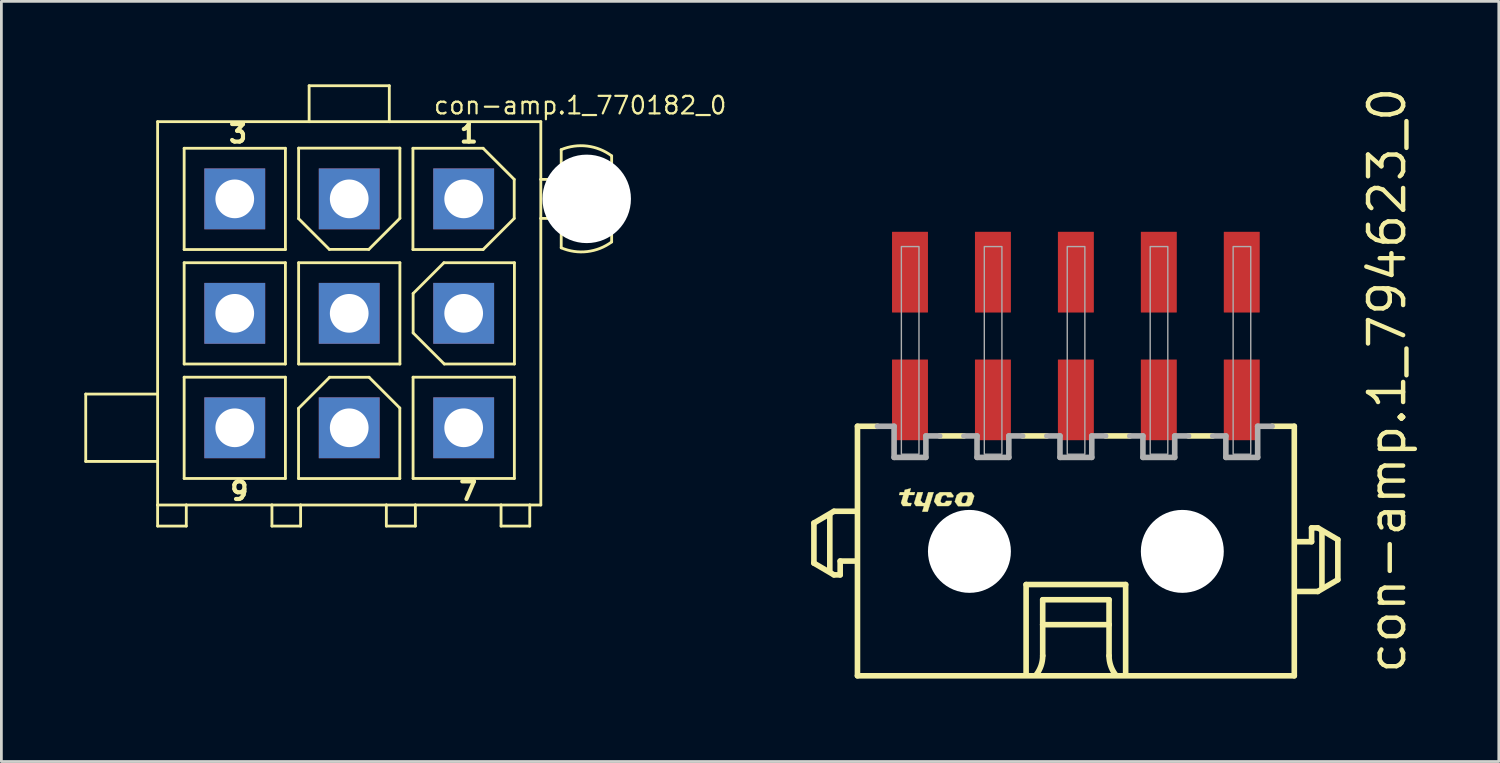
<source format=kicad_pcb>
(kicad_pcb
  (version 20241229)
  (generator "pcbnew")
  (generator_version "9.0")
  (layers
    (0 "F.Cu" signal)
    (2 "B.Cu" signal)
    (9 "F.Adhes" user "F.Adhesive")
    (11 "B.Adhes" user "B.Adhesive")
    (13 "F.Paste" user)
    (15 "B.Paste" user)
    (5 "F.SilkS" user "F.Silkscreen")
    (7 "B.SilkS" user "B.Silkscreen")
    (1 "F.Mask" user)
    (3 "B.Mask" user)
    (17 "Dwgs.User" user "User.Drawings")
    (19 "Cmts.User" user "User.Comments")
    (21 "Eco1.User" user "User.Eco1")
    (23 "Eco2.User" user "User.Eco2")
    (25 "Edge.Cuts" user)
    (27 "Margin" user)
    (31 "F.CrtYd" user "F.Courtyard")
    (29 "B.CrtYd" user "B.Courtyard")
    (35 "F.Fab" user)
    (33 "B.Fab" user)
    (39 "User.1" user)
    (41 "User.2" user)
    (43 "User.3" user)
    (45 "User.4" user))
  (footprint "con-amp.1_770182_0"
    (layer "F.Cu")
    (at 9.581 8.283)
    (property "Reference" "con-amp.1_770182_0" (at 3.01 -7.15 0) (layer "F.SilkS") (effects (font (size 0.635 0.635) (thickness 0.08)) (justify left bottom)))
    (attr through_hole)
    (fp_line (start -9.53 2.92) (end -9.53 5.357) (stroke (width 0.102) (type default)) (layer "F.SilkS"))
    (fp_line (start -9.53 5.357) (end -6.93 5.357) (stroke (width 0.102) (type default)) (layer "F.SilkS"))
    (fp_line (start -6.93 -6.933) (end -1.45 -6.933) (stroke (width 0.102) (type default)) (layer "F.SilkS"))
    (fp_line (start -6.93 2.92) (end -9.53 2.92) (stroke (width 0.102) (type default)) (layer "F.SilkS"))
    (fp_line (start -6.93 2.92) (end -6.93 -6.933) (stroke (width 0.102) (type default)) (layer "F.SilkS"))
    (fp_line (start -6.93 5.357) (end -6.93 2.92) (stroke (width 0.102) (type default)) (layer "F.SilkS"))
    (fp_line (start -6.93 6.933) (end -6.93 5.357) (stroke (width 0.102) (type default)) (layer "F.SilkS"))
    (fp_line (start -6.93 6.933) (end -6.93 7.695) (stroke (width 0.102) (type default)) (layer "F.SilkS"))
    (fp_line (start -6.93 7.695) (end -5.893 7.695) (stroke (width 0.102) (type default)) (layer "F.SilkS"))
    (fp_line (start -5.97 -5.97) (end -2.308 -5.97) (stroke (width 0.102) (type default)) (layer "F.SilkS"))
    (fp_line (start -5.97 -2.308) (end -5.97 -5.97) (stroke (width 0.102) (type default)) (layer "F.SilkS"))
    (fp_line (start -5.97 -1.83) (end -2.308 -1.83) (stroke (width 0.102) (type default)) (layer "F.SilkS"))
    (fp_line (start -5.97 1.833) (end -5.97 -1.83) (stroke (width 0.102) (type default)) (layer "F.SilkS"))
    (fp_line (start -5.97 2.31) (end -2.308 2.31) (stroke (width 0.102) (type default)) (layer "F.SilkS"))
    (fp_line (start -5.97 5.973) (end -5.97 2.31) (stroke (width 0.102) (type default)) (layer "F.SilkS"))
    (fp_line (start -5.893 6.933) (end -6.93 6.933) (stroke (width 0.102) (type default)) (layer "F.SilkS"))
    (fp_line (start -5.893 7.695) (end -5.893 6.933) (stroke (width 0.102) (type default)) (layer "F.SilkS"))
    (fp_line (start -2.795 6.933) (end -5.893 6.933) (stroke (width 0.102) (type default)) (layer "F.SilkS"))
    (fp_line (start -2.795 6.933) (end -2.795 7.695) (stroke (width 0.102) (type default)) (layer "F.SilkS"))
    (fp_line (start -2.795 7.695) (end -1.758 7.695) (stroke (width 0.102) (type default)) (layer "F.SilkS"))
    (fp_line (start -2.308 -5.97) (end -2.308 -2.308) (stroke (width 0.102) (type default)) (layer "F.SilkS"))
    (fp_line (start -2.308 -2.308) (end -5.97 -2.308) (stroke (width 0.102) (type default)) (layer "F.SilkS"))
    (fp_line (start -2.308 -1.83) (end -2.308 1.833) (stroke (width 0.102) (type default)) (layer "F.SilkS"))
    (fp_line (start -2.308 1.833) (end -5.97 1.833) (stroke (width 0.102) (type default)) (layer "F.SilkS"))
    (fp_line (start -2.308 2.31) (end -2.308 5.973) (stroke (width 0.102) (type default)) (layer "F.SilkS"))
    (fp_line (start -2.308 5.973) (end -5.97 5.973) (stroke (width 0.102) (type default)) (layer "F.SilkS"))
    (fp_line (start -1.833 3.438) (end -0.708 2.312) (stroke (width 0.102) (type default)) (layer "F.SilkS"))
    (fp_line (start -1.833 5.975) (end -1.833 3.438) (stroke (width 0.102) (type default)) (layer "F.SilkS"))
    (fp_line (start -1.83 -5.975) (end 1.833 -5.975) (stroke (width 0.102) (type default)) (layer "F.SilkS"))
    (fp_line (start -1.83 -3.425) (end -1.83 -5.975) (stroke (width 0.102) (type default)) (layer "F.SilkS"))
    (fp_line (start -1.83 -1.83) (end 1.833 -1.83) (stroke (width 0.102) (type default)) (layer "F.SilkS"))
    (fp_line (start -1.83 1.833) (end -1.83 -1.83) (stroke (width 0.102) (type default)) (layer "F.SilkS"))
    (fp_line (start -1.758 6.933) (end -2.795 6.933) (stroke (width 0.102) (type default)) (layer "F.SilkS"))
    (fp_line (start -1.758 7.695) (end -1.758 6.933) (stroke (width 0.102) (type default)) (layer "F.SilkS"))
    (fp_line (start -1.45 -8.232) (end 1.45 -8.232) (stroke (width 0.102) (type default)) (layer "F.SilkS"))
    (fp_line (start -1.45 -6.933) (end -1.45 -8.232) (stroke (width 0.102) (type default)) (layer "F.SilkS"))
    (fp_line (start -1.45 -6.933) (end 1.45 -6.933) (stroke (width 0.102) (type default)) (layer "F.SilkS"))
    (fp_line (start -0.718 -2.312) (end -1.83 -3.425) (stroke (width 0.102) (type default)) (layer "F.SilkS"))
    (fp_line (start -0.708 2.312) (end 0.718 2.312) (stroke (width 0.102) (type default)) (layer "F.SilkS"))
    (fp_line (start 0.708 -2.312) (end -0.718 -2.312) (stroke (width 0.102) (type default)) (layer "F.SilkS"))
    (fp_line (start 0.718 2.312) (end 1.83 3.425) (stroke (width 0.102) (type default)) (layer "F.SilkS"))
    (fp_line (start 1.343 6.933) (end -1.758 6.933) (stroke (width 0.102) (type default)) (layer "F.SilkS"))
    (fp_line (start 1.343 6.933) (end 1.343 7.695) (stroke (width 0.102) (type default)) (layer "F.SilkS"))
    (fp_line (start 1.343 7.695) (end 2.393 7.695) (stroke (width 0.102) (type default)) (layer "F.SilkS"))
    (fp_line (start 1.45 -8.232) (end 1.45 -6.933) (stroke (width 0.102) (type default)) (layer "F.SilkS"))
    (fp_line (start 1.45 -6.933) (end 6.93 -6.933) (stroke (width 0.102) (type default)) (layer "F.SilkS"))
    (fp_line (start 1.83 3.425) (end 1.83 5.975) (stroke (width 0.102) (type default)) (layer "F.SilkS"))
    (fp_line (start 1.83 5.975) (end -1.833 5.975) (stroke (width 0.102) (type default)) (layer "F.SilkS"))
    (fp_line (start 1.833 -5.975) (end 1.833 -3.438) (stroke (width 0.102) (type default)) (layer "F.SilkS"))
    (fp_line (start 1.833 -3.438) (end 0.708 -2.312) (stroke (width 0.102) (type default)) (layer "F.SilkS"))
    (fp_line (start 1.833 -1.83) (end 1.833 1.833) (stroke (width 0.102) (type default)) (layer "F.SilkS"))
    (fp_line (start 1.833 1.833) (end -1.83 1.833) (stroke (width 0.102) (type default)) (layer "F.SilkS"))
    (fp_line (start 2.305 -5.97) (end 2.305 -2.308) (stroke (width 0.102) (type default)) (layer "F.SilkS"))
    (fp_line (start 2.305 -2.308) (end 4.843 -2.308) (stroke (width 0.102) (type default)) (layer "F.SilkS"))
    (fp_line (start 2.31 2.31) (end 5.973 2.31) (stroke (width 0.102) (type default)) (layer "F.SilkS"))
    (fp_line (start 2.31 5.973) (end 2.31 2.31) (stroke (width 0.102) (type default)) (layer "F.SilkS"))
    (fp_line (start 2.312 -0.718) (end 3.425 -1.83) (stroke (width 0.102) (type default)) (layer "F.SilkS"))
    (fp_line (start 2.312 0.708) (end 2.312 -0.718) (stroke (width 0.102) (type default)) (layer "F.SilkS"))
    (fp_line (start 2.393 6.933) (end 1.343 6.933) (stroke (width 0.102) (type default)) (layer "F.SilkS"))
    (fp_line (start 2.393 7.695) (end 2.393 6.933) (stroke (width 0.102) (type default)) (layer "F.SilkS"))
    (fp_line (start 3.425 -1.83) (end 5.975 -1.83) (stroke (width 0.102) (type default)) (layer "F.SilkS"))
    (fp_line (start 3.438 1.833) (end 2.312 0.708) (stroke (width 0.102) (type default)) (layer "F.SilkS"))
    (fp_line (start 4.843 -5.97) (end 2.305 -5.97) (stroke (width 0.102) (type default)) (layer "F.SilkS"))
    (fp_line (start 4.843 -2.308) (end 5.968 -3.433) (stroke (width 0.102) (type default)) (layer "F.SilkS"))
    (fp_line (start 5.492 6.933) (end 2.393 6.933) (stroke (width 0.102) (type default)) (layer "F.SilkS"))
    (fp_line (start 5.492 6.933) (end 5.492 7.695) (stroke (width 0.102) (type default)) (layer "F.SilkS"))
    (fp_line (start 5.492 7.695) (end 6.53 7.695) (stroke (width 0.102) (type default)) (layer "F.SilkS"))
    (fp_line (start 5.968 -4.845) (end 4.843 -5.97) (stroke (width 0.102) (type default)) (layer "F.SilkS"))
    (fp_line (start 5.968 -3.433) (end 5.968 -4.845) (stroke (width 0.102) (type default)) (layer "F.SilkS"))
    (fp_line (start 5.973 2.31) (end 5.973 5.973) (stroke (width 0.102) (type default)) (layer "F.SilkS"))
    (fp_line (start 5.973 5.973) (end 2.31 5.973) (stroke (width 0.102) (type default)) (layer "F.SilkS"))
    (fp_line (start 5.975 -1.83) (end 5.975 1.833) (stroke (width 0.102) (type default)) (layer "F.SilkS"))
    (fp_line (start 5.975 1.833) (end 3.438 1.833) (stroke (width 0.102) (type default)) (layer "F.SilkS"))
    (fp_line (start 6.53 6.933) (end 5.492 6.933) (stroke (width 0.102) (type default)) (layer "F.SilkS"))
    (fp_line (start 6.53 7.695) (end 6.53 6.933) (stroke (width 0.102) (type default)) (layer "F.SilkS"))
    (fp_line (start 6.93 -6.933) (end 6.93 -4.845) (stroke (width 0.102) (type default)) (layer "F.SilkS"))
    (fp_line (start 6.93 -4.845) (end 6.93 -3.433) (stroke (width 0.102) (type default)) (layer "F.SilkS"))
    (fp_line (start 6.93 -4.845) (end 7.668 -4.845) (stroke (width 0.102) (type default)) (layer "F.SilkS"))
    (fp_line (start 6.93 -3.433) (end 6.93 6.933) (stroke (width 0.102) (type default)) (layer "F.SilkS"))
    (fp_line (start 6.93 6.933) (end 6.53 6.933) (stroke (width 0.102) (type default)) (layer "F.SilkS"))
    (fp_line (start 7.668 -4.845) (end 7.668 -4.832) (stroke (width 0.102) (type default)) (layer "F.SilkS"))
    (fp_line (start 7.668 -4.832) (end 7.668 -5.92) (stroke (width 0.102) (type default)) (layer "F.SilkS"))
    (fp_line (start 7.668 -4.832) (end 7.668 -3.445) (stroke (width 0.102) (type default)) (layer "F.SilkS"))
    (fp_line (start 7.668 -3.445) (end 7.668 -3.433) (stroke (width 0.102) (type default)) (layer "F.SilkS"))
    (fp_line (start 7.668 -3.433) (end 6.93 -3.433) (stroke (width 0.102) (type default)) (layer "F.SilkS"))
    (fp_line (start 7.668 -2.37) (end 7.668 -3.445) (stroke (width 0.102) (type default)) (layer "F.SilkS"))
    (fp_line (start 9.492 -5.695) (end 9.492 -2.583) (stroke (width 0.102) (type default)) (layer "F.SilkS"))
    (fp_arc (start 7.6675 -5.92) (mid 8.609769 -6.048958) (end 9.4925 -5.695) (stroke (width 0.1016) (type default)) (layer "F.SilkS"))
    (fp_arc (start 9.4925 -2.5825) (mid 8.608301 -2.233192) (end 7.6675 -2.37) (stroke (width 0.1016) (type default)) (layer "F.SilkS"))
    (fp_text user "3" (at -4.425 -6.125 0) (layer "F.SilkS") (effects (font (size 0.635 0.635) (thickness 0.15)) (justify left bottom)))
    (fp_text user "9" (at -4.375 6.8 0) (layer "F.SilkS") (effects (font (size 0.635 0.635) (thickness 0.15)) (justify left bottom)))
    (fp_text user "7" (at 3.9 6.8 0) (layer "F.SilkS") (effects (font (size 0.635 0.635) (thickness 0.15)) (justify left bottom)))
    (fp_text user "1" (at 3.925 -6.125 0) (layer "F.SilkS") (effects (font (size 0.635 0.635) (thickness 0.15)) (justify left bottom)))
    (pad "" np_thru_hole circle (at 8.59 -4.14) (size 3.2 3.2) (drill 3.2) (layers "*.Cu" "*.Mask"))
    (pad "1" thru_hole rect (at 4.14 -4.14) (size 2.2 2.2) (drill 1.4) (layers "*.Cu" "*.Mask"))
    (pad "2" thru_hole rect (at 0 -4.14) (size 2.2 2.2) (drill 1.4) (layers "*.Cu" "*.Mask"))
    (pad "3" thru_hole rect (at -4.14 -4.14) (size 2.2 2.2) (drill 1.4) (layers "*.Cu" "*.Mask"))
    (pad "4" thru_hole rect (at 4.14 0) (size 2.2 2.2) (drill 1.4) (layers "*.Cu" "*.Mask"))
    (pad "5" thru_hole rect (at 0 0) (size 2.2 2.2) (drill 1.4) (layers "*.Cu" "*.Mask"))
    (pad "6" thru_hole rect (at -4.14 0) (size 2.2 2.2) (drill 1.4) (layers "*.Cu" "*.Mask"))
    (pad "7" thru_hole rect (at 4.14 4.14) (size 2.2 2.2) (drill 1.4) (layers "*.Cu" "*.Mask"))
    (pad "8" thru_hole rect (at 0 4.14 270) (size 2.2 2.2) (drill 1.4) (layers "*.Cu" "*.Mask"))
    (pad "9" thru_hole rect (at -4.14 4.14) (size 2.2 2.2) (drill 1.4) (layers "*.Cu" "*.Mask")))
  (footprint "con-amp.1_794623_0"
    (layer "F.Cu")
    (at 35.864 16.893)
    (property "Reference" "con-amp.1_794623_0" (at 12 4.5 90) (layer "F.SilkS") (effects (font (size 1.27 1.27) (thickness 0.16)) (justify left bottom)))
    (attr smd)
    (fp_line (start -9.475 -1.025) (end -9.475 0.425) (stroke (width 0.203) (type default)) (layer "F.SilkS"))
    (fp_line (start -9.475 0.425) (end -8.75 0.85) (stroke (width 0.203) (type default)) (layer "F.SilkS"))
    (fp_line (start -8.9 0.7) (end -8.9 -1.3) (stroke (width 0.203) (type default)) (layer "F.SilkS"))
    (fp_line (start -8.75 -1.45) (end -9.475 -1.025) (stroke (width 0.203) (type default)) (layer "F.SilkS"))
    (fp_line (start -8.75 0.85) (end -8.525 0.85) (stroke (width 0.203) (type default)) (layer "F.SilkS"))
    (fp_line (start -8.525 0.35) (end -8 0.35) (stroke (width 0.203) (type default)) (layer "F.SilkS"))
    (fp_line (start -8.525 0.85) (end -8.525 0.35) (stroke (width 0.203) (type default)) (layer "F.SilkS"))
    (fp_line (start -8 -1.45) (end -8.75 -1.45) (stroke (width 0.203) (type default)) (layer "F.SilkS"))
    (fp_line (start -7.9 -4.525) (end -7.9 4.5) (stroke (width 0.203) (type default)) (layer "F.SilkS"))
    (fp_line (start -7.9 -4.525) (end -7.175 -4.525) (stroke (width 0.203) (type default)) (layer "F.SilkS"))
    (fp_line (start -7.9 4.5) (end 7.9 4.5) (stroke (width 0.203) (type default)) (layer "F.SilkS"))
    (fp_line (start -4.05 -4.175) (end -4.925 -4.175) (stroke (width 0.203) (type default)) (layer "F.SilkS"))
    (fp_line (start -1.8 1.2) (end 1.8 1.2) (stroke (width 0.203) (type default)) (layer "F.SilkS"))
    (fp_line (start -1.8 4.4) (end -1.8 1.2) (stroke (width 0.203) (type default)) (layer "F.SilkS"))
    (fp_line (start -1.2 1.75) (end -1.2 2.65) (stroke (width 0.203) (type default)) (layer "F.SilkS"))
    (fp_line (start -1.2 2.65) (end -1.2 3.775) (stroke (width 0.203) (type default)) (layer "F.SilkS"))
    (fp_line (start -1.2 2.65) (end 1.2 2.65) (stroke (width 0.203) (type default)) (layer "F.SilkS"))
    (fp_line (start -1.05 -4.175) (end -1.925 -4.175) (stroke (width 0.203) (type default)) (layer "F.SilkS"))
    (fp_line (start 1.2 1.75) (end -1.2 1.75) (stroke (width 0.203) (type default)) (layer "F.SilkS"))
    (fp_line (start 1.2 2.65) (end 1.2 1.75) (stroke (width 0.203) (type default)) (layer "F.SilkS"))
    (fp_line (start 1.2 2.65) (end 1.2 3.775) (stroke (width 0.203) (type default)) (layer "F.SilkS"))
    (fp_line (start 1.8 1.2) (end 1.8 4.4) (stroke (width 0.203) (type default)) (layer "F.SilkS"))
    (fp_line (start 1.95 -4.175) (end 1.075 -4.175) (stroke (width 0.203) (type default)) (layer "F.SilkS"))
    (fp_line (start 4.95 -4.175) (end 4.075 -4.175) (stroke (width 0.203) (type default)) (layer "F.SilkS"))
    (fp_line (start 7.9 -4.525) (end 7.1 -4.525) (stroke (width 0.203) (type default)) (layer "F.SilkS"))
    (fp_line (start 7.9 4.5) (end 7.9 -4.525) (stroke (width 0.203) (type default)) (layer "F.SilkS"))
    (fp_line (start 8 1.45) (end 8.75 1.45) (stroke (width 0.203) (type default)) (layer "F.SilkS"))
    (fp_line (start 8.525 -0.85) (end 8.525 -0.35) (stroke (width 0.203) (type default)) (layer "F.SilkS"))
    (fp_line (start 8.525 -0.35) (end 8 -0.35) (stroke (width 0.203) (type default)) (layer "F.SilkS"))
    (fp_line (start 8.75 -0.85) (end 8.525 -0.85) (stroke (width 0.203) (type default)) (layer "F.SilkS"))
    (fp_line (start 8.75 1.45) (end 9.475 1.025) (stroke (width 0.203) (type default)) (layer "F.SilkS"))
    (fp_line (start 8.9 1.3) (end 8.9 -0.7) (stroke (width 0.203) (type default)) (layer "F.SilkS"))
    (fp_line (start 9.475 -0.425) (end 8.75 -0.85) (stroke (width 0.203) (type default)) (layer "F.SilkS"))
    (fp_line (start 9.475 1.025) (end 9.475 -0.425) (stroke (width 0.203) (type default)) (layer "F.SilkS"))
    (fp_arc (start -1.2 3.775) (mid -1.257731 4.130756) (end -1.425 4.45) (stroke (width 0.2032) (type default)) (layer "F.SilkS"))
    (fp_arc (start 1.425 4.45) (mid 1.257731 4.130756) (end 1.2 3.775) (stroke (width 0.2032) (type default)) (layer "F.SilkS"))
    (fp_poly (pts (xy -5.73 -2.14) (xy -5.53 -2.14) (xy -5.62 -1.845) (xy -5.54 -1.75) (xy -5.46 -1.75) (xy -5.34 -2.14) (xy -5.145 -2.14) (xy -5.36 -1.435) (xy -5.555 -1.435) (xy -5.495 -1.64) (xy -5.785 -1.64) (xy -5.85 -1.74)) (stroke (width 0.01) (type default)) (fill yes) (layer "F.SilkS"))
    (fp_poly (pts (xy -6.365 -2.14) (xy -6.21 -2.14) (xy -6.188 -2.225) (xy -5.97 -2.28) (xy -6.01 -2.14) (xy -5.82 -2.14) (xy -5.85 -2.04) (xy -6.04 -2.04) (xy -6.11 -1.81) (xy -6.065 -1.75) (xy -5.945 -1.75) (xy -5.975 -1.64) (xy -6.255 -1.64) (xy -6.325 -1.75) (xy -6.24 -2.04) (xy -6.395 -2.04)) (stroke (width 0.01) (type default)) (fill yes) (layer "F.SilkS"))
    (fp_poly (pts (xy -4.66 -1.96) (xy -4.44 -1.96) (xy -4.425 -2.01) (xy -4.52 -2.14) (xy -4.92 -2.14) (xy -5.055 -2.045) (xy -5.13 -1.805) (xy -5.01 -1.64) (xy -4.61 -1.64) (xy -4.52 -1.705) (xy -4.485 -1.825) (xy -4.7 -1.825) (xy -4.715 -1.78) (xy -4.76 -1.75) (xy -4.855 -1.75) (xy -4.9 -1.81) (xy -4.85 -1.98) (xy -4.78 -2.035) (xy -4.695 -2.035) (xy -4.655 -1.975)) (stroke (width 0.01) (type default)) (fill yes) (layer "F.SilkS"))
    (fp_poly (pts (xy -3.95 -1.825) (xy -3.73 -1.825) (xy -3.675 -2.005) (xy -3.77 -2.135) (xy -4.17 -2.135) (xy -4.305 -2.04) (xy -4.38 -1.8) (xy -4.26 -1.635) (xy -3.86 -1.635) (xy -3.77 -1.7) (xy -3.73 -1.825) (xy -3.95 -1.82) (xy -3.965 -1.775) (xy -4.01 -1.745) (xy -4.105 -1.745) (xy -4.15 -1.805) (xy -4.1 -1.975) (xy -4.03 -2.03) (xy -3.945 -2.03) (xy -3.905 -1.97)) (stroke (width 0.01) (type default)) (fill yes) (layer "F.SilkS"))
    (fp_line (start -6.575 -4.525) (end -7.175 -4.525) (stroke (width 0.203) (type default)) (layer "F.Fab"))
    (fp_line (start -6.575 -3.4) (end -6.575 -4.525) (stroke (width 0.203) (type default)) (layer "F.Fab"))
    (fp_line (start -5.425 -4.175) (end -5.425 -3.4) (stroke (width 0.203) (type default)) (layer "F.Fab"))
    (fp_line (start -5.425 -3.4) (end -6.575 -3.4) (stroke (width 0.203) (type default)) (layer "F.Fab"))
    (fp_line (start -4.925 -4.175) (end -5.425 -4.175) (stroke (width 0.203) (type default)) (layer "F.Fab"))
    (fp_line (start -3.575 -4.175) (end -4.05 -4.175) (stroke (width 0.203) (type default)) (layer "F.Fab"))
    (fp_line (start -3.575 -3.4) (end -3.575 -4.175) (stroke (width 0.203) (type default)) (layer "F.Fab"))
    (fp_line (start -2.425 -4.175) (end -2.425 -3.4) (stroke (width 0.203) (type default)) (layer "F.Fab"))
    (fp_line (start -2.425 -3.4) (end -3.575 -3.4) (stroke (width 0.203) (type default)) (layer "F.Fab"))
    (fp_line (start -1.925 -4.175) (end -2.425 -4.175) (stroke (width 0.203) (type default)) (layer "F.Fab"))
    (fp_line (start -0.575 -4.175) (end -1.05 -4.175) (stroke (width 0.203) (type default)) (layer "F.Fab"))
    (fp_line (start -0.575 -3.4) (end -0.575 -4.175) (stroke (width 0.203) (type default)) (layer "F.Fab"))
    (fp_line (start 0.575 -4.175) (end 0.575 -3.4) (stroke (width 0.203) (type default)) (layer "F.Fab"))
    (fp_line (start 0.575 -3.4) (end -0.575 -3.4) (stroke (width 0.203) (type default)) (layer "F.Fab"))
    (fp_line (start 1.075 -4.175) (end 0.575 -4.175) (stroke (width 0.203) (type default)) (layer "F.Fab"))
    (fp_line (start 2.425 -4.175) (end 1.95 -4.175) (stroke (width 0.203) (type default)) (layer "F.Fab"))
    (fp_line (start 2.425 -3.4) (end 2.425 -4.175) (stroke (width 0.203) (type default)) (layer "F.Fab"))
    (fp_line (start 3.575 -4.175) (end 3.575 -3.4) (stroke (width 0.203) (type default)) (layer "F.Fab"))
    (fp_line (start 3.575 -3.4) (end 2.425 -3.4) (stroke (width 0.203) (type default)) (layer "F.Fab"))
    (fp_line (start 4.075 -4.175) (end 3.575 -4.175) (stroke (width 0.203) (type default)) (layer "F.Fab"))
    (fp_line (start 5.425 -4.175) (end 4.95 -4.175) (stroke (width 0.203) (type default)) (layer "F.Fab"))
    (fp_line (start 5.425 -3.4) (end 5.425 -4.175) (stroke (width 0.203) (type default)) (layer "F.Fab"))
    (fp_line (start 6.575 -4.525) (end 6.575 -3.4) (stroke (width 0.203) (type default)) (layer "F.Fab"))
    (fp_line (start 6.575 -3.4) (end 5.425 -3.4) (stroke (width 0.203) (type default)) (layer "F.Fab"))
    (fp_line (start 7.1 -4.525) (end 6.575 -4.525) (stroke (width 0.203) (type default)) (layer "F.Fab"))
    (fp_rect (start -6.312 -3.513) (end -5.675 -11.025) (stroke (width 0.05) (type default)) (fill no) (layer "F.Fab"))
    (fp_rect (start -3.312 -3.513) (end -2.675 -11.025) (stroke (width 0.05) (type default)) (fill no) (layer "F.Fab"))
    (fp_rect (start -0.312 -3.513) (end 0.325 -11.025) (stroke (width 0.05) (type default)) (fill no) (layer "F.Fab"))
    (fp_rect (start 2.688 -3.513) (end 3.325 -11.025) (stroke (width 0.05) (type default)) (fill no) (layer "F.Fab"))
    (fp_rect (start 5.688 -3.513) (end 6.325 -11.025) (stroke (width 0.05) (type default)) (fill no) (layer "F.Fab"))
    (pad "" np_thru_hole circle (at -3.85 0) (size 3 3) (drill 3) (layers "*.Cu" "*.Mask"))
    (pad "" np_thru_hole circle (at 3.85 0) (size 3 3) (drill 3) (layers "*.Cu" "*.Mask"))
    (pad "1" smd roundrect (at 6 -10.1) (size 1.3 2.92) (layers "F.Cu" "F.Mask" "F.Paste") (roundrect_rratio 0.01))
    (pad "2" smd roundrect (at 6 -5.48) (size 1.3 2.92) (layers "F.Cu" "F.Mask" "F.Paste") (roundrect_rratio 0.01))
    (pad "3" smd roundrect (at 3 -10.1) (size 1.3 2.92) (layers "F.Cu" "F.Mask" "F.Paste") (roundrect_rratio 0.01))
    (pad "4" smd roundrect (at 3 -5.48) (size 1.3 2.92) (layers "F.Cu" "F.Mask" "F.Paste") (roundrect_rratio 0.01))
    (pad "5" smd roundrect (at 0 -10.1) (size 1.3 2.92) (layers "F.Cu" "F.Mask" "F.Paste") (roundrect_rratio 0.01))
    (pad "6" smd roundrect (at 0 -5.48) (size 1.3 2.92) (layers "F.Cu" "F.Mask" "F.Paste") (roundrect_rratio 0.01))
    (pad "7" smd roundrect (at -3 -10.1) (size 1.3 2.92) (layers "F.Cu" "F.Mask" "F.Paste") (roundrect_rratio 0.01))
    (pad "8" smd roundrect (at -3 -5.48) (size 1.3 2.92) (layers "F.Cu" "F.Mask" "F.Paste") (roundrect_rratio 0.01))
    (pad "9" smd roundrect (at -6 -10.1) (size 1.3 2.92) (layers "F.Cu" "F.Mask" "F.Paste") (roundrect_rratio 0.01))
    (pad "10" smd roundrect (at -6 -5.48) (size 1.3 2.92) (layers "F.Cu" "F.Mask" "F.Paste") (roundrect_rratio 0.01)))
  (gr_rect
    (start -3 -3)
    (end 51.161 24.494)
    (stroke (width 0.1) (type default))
    (fill no)
    (layer "Edge.Cuts")))
</source>
